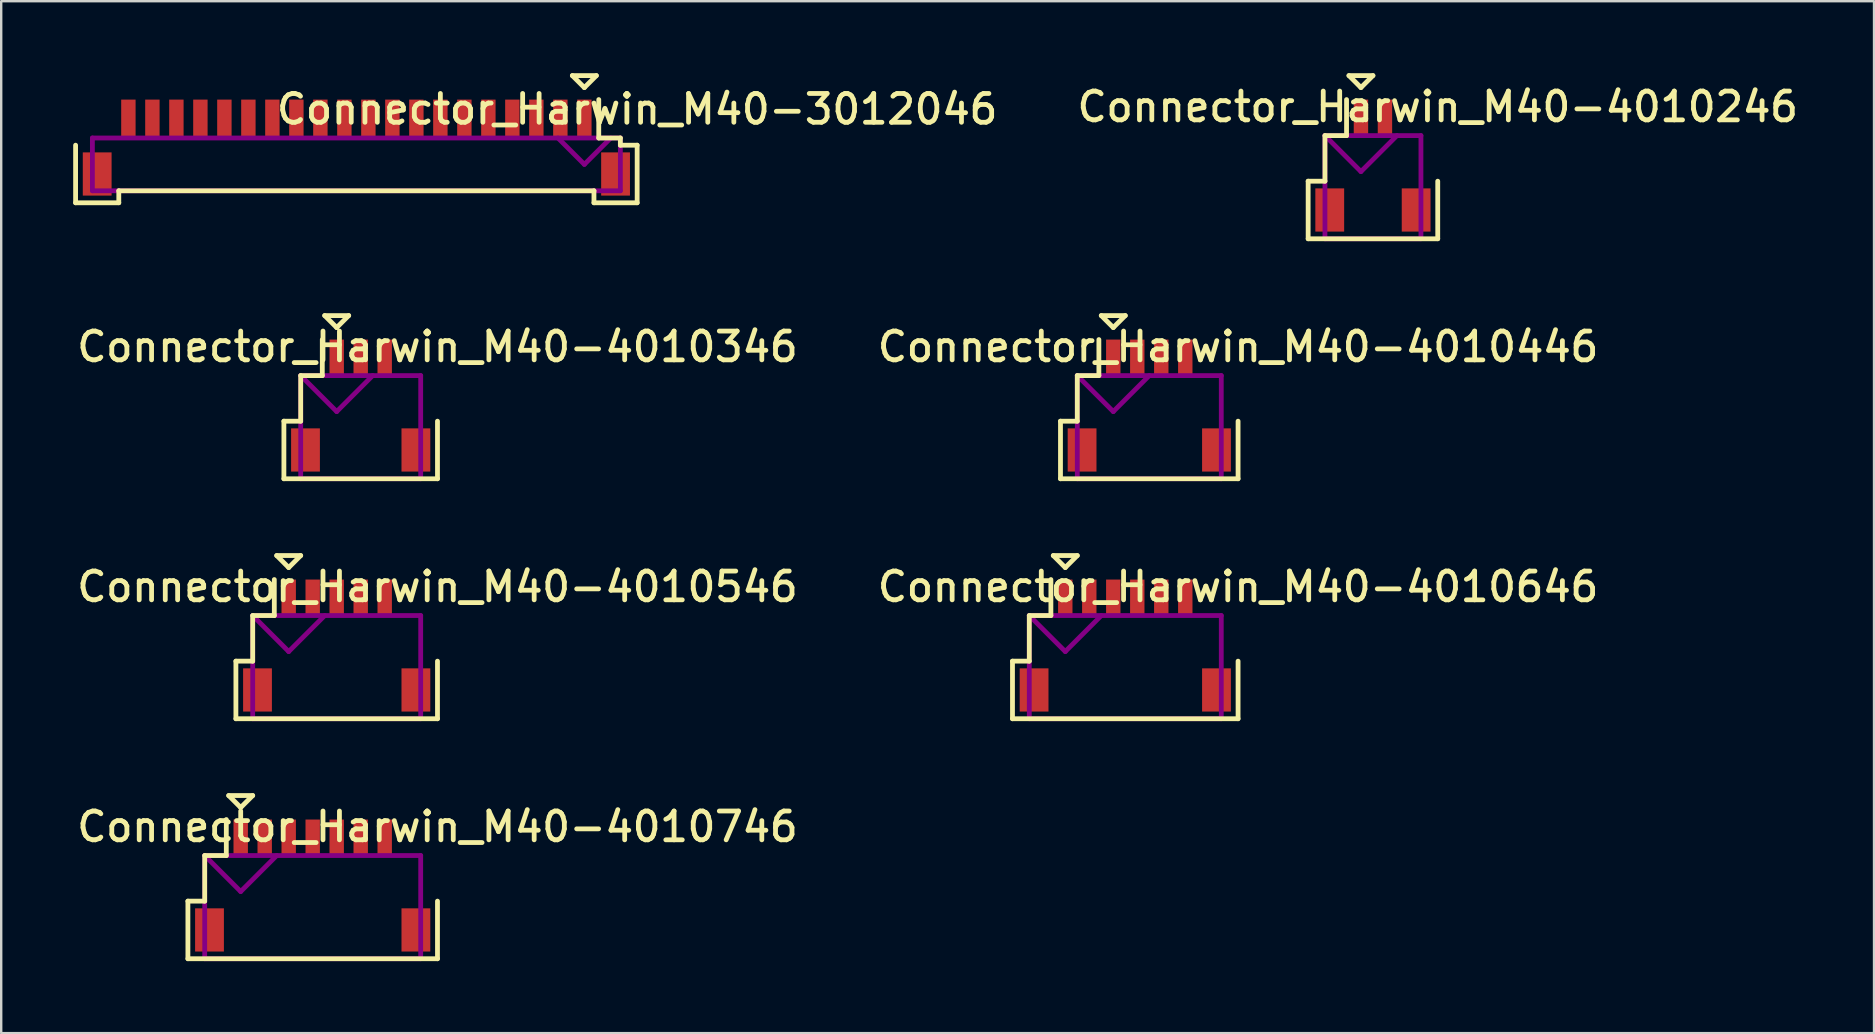
<source format=kicad_pcb>
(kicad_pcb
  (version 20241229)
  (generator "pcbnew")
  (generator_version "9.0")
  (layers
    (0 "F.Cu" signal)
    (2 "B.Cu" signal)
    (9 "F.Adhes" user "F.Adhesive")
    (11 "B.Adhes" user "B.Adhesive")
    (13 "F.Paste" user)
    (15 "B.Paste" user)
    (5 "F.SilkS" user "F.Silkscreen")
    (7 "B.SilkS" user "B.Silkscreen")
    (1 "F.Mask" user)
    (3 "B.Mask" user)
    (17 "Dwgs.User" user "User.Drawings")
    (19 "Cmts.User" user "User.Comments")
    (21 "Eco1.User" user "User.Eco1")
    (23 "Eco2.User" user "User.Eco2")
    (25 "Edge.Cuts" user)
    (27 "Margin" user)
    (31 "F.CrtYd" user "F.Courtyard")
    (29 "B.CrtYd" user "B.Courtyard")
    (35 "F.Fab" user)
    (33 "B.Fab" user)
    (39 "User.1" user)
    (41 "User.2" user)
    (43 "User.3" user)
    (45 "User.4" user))
  (footprint "Connector_Harwin_M40-4010346"
    (layer "F.Cu")
    (at 11.98 15.7)
    (property "Reference" "Connector_Harwin_M40-4010346" (at 3.2 -4.3 0) (layer "F.SilkS") (effects (font (size 1.2 1.2) (thickness 0.2))))
    (attr through_hole)
    (fp_line (start -3.2 -1.2) (end -3.2 1.2) (stroke (width 0.2) (type solid)) (layer "F.SilkS"))
    (fp_line (start -3.2 1.2) (end 3.2 1.2) (stroke (width 0.2) (type solid)) (layer "F.SilkS"))
    (fp_line (start -2.5 -3.1) (end -2.5 -1.2) (stroke (width 0.2) (type solid)) (layer "F.SilkS"))
    (fp_line (start -2.5 -1.2) (end -3.2 -1.2) (stroke (width 0.2) (type solid)) (layer "F.SilkS"))
    (fp_line (start -1.6 -4.6) (end -1.6 -3.1) (stroke (width 0.2) (type solid)) (layer "F.SilkS"))
    (fp_line (start -1.6 -3.1) (end -2.5 -3.1) (stroke (width 0.2) (type solid)) (layer "F.SilkS"))
    (fp_line (start -1.5 -5.6) (end -0.5 -5.6) (stroke (width 0.2) (type solid)) (layer "F.SilkS"))
    (fp_line (start -1 -5.1) (end -1.5 -5.6) (stroke (width 0.2) (type solid)) (layer "F.SilkS"))
    (fp_line (start -0.5 -5.6) (end -1 -5.1) (stroke (width 0.2) (type solid)) (layer "F.SilkS"))
    (fp_line (start 3.2 1.2) (end 3.2 -1.2) (stroke (width 0.2) (type solid)) (layer "F.SilkS"))
    (fp_line (start -2.5 -3.1) (end -2.5 1.2) (stroke (width 0.2) (type solid)) (layer "F.Adhes"))
    (fp_line (start -2.5 -3.1) (end -1 -1.6) (stroke (width 0.2) (type solid)) (layer "F.Adhes"))
    (fp_line (start -2.5 1.2) (end 2.5 1.2) (stroke (width 0.2) (type solid)) (layer "F.Adhes"))
    (fp_line (start -1 -1.6) (end 0.5 -3.1) (stroke (width 0.2) (type solid)) (layer "F.Adhes"))
    (fp_line (start 2.5 -3.1) (end -2.5 -3.1) (stroke (width 0.2) (type solid)) (layer "F.Adhes"))
    (fp_line (start 2.5 1.2) (end 2.5 -3.1) (stroke (width 0.2) (type solid)) (layer "F.Adhes"))
    (pad "" smd rect (at -2.3 0) (size 1.2 1.8) (layers "F.Cu" "F.Mask" "F.Paste"))
    (pad "" smd rect (at 2.3 0) (size 1.2 1.8) (layers "F.Cu" "F.Mask" "F.Paste"))
    (pad "1" smd rect (at -1 -3.85) (size 0.6 1.5) (layers "F.Cu" "F.Mask" "F.Paste"))
    (pad "2" smd rect (at 0 -3.85) (size 0.6 1.5) (layers "F.Cu" "F.Mask" "F.Paste"))
    (pad "3" smd rect (at 1 -3.85) (size 0.6 1.5) (layers "F.Cu" "F.Mask" "F.Paste")))
  (footprint "Connector_Harwin_M40-4010746"
    (layer "F.Cu")
    (at 9.98 35.7)
    (property "Reference" "Connector_Harwin_M40-4010746" (at 5.2 -4.3 0) (layer "F.SilkS") (effects (font (size 1.2 1.2) (thickness 0.2))))
    (attr through_hole)
    (fp_line (start -5.2 -1.2) (end -5.2 1.2) (stroke (width 0.2) (type solid)) (layer "F.SilkS"))
    (fp_line (start -5.2 1.2) (end 5.2 1.2) (stroke (width 0.2) (type solid)) (layer "F.SilkS"))
    (fp_line (start -4.5 -3.1) (end -4.5 -1.2) (stroke (width 0.2) (type solid)) (layer "F.SilkS"))
    (fp_line (start -4.5 -1.2) (end -5.2 -1.2) (stroke (width 0.2) (type solid)) (layer "F.SilkS"))
    (fp_line (start -3.6 -4.6) (end -3.6 -3.1) (stroke (width 0.2) (type solid)) (layer "F.SilkS"))
    (fp_line (start -3.6 -3.1) (end -4.5 -3.1) (stroke (width 0.2) (type solid)) (layer "F.SilkS"))
    (fp_line (start -3.5 -5.6) (end -2.5 -5.6) (stroke (width 0.2) (type solid)) (layer "F.SilkS"))
    (fp_line (start -3 -5.1) (end -3.5 -5.6) (stroke (width 0.2) (type solid)) (layer "F.SilkS"))
    (fp_line (start -2.5 -5.6) (end -3 -5.1) (stroke (width 0.2) (type solid)) (layer "F.SilkS"))
    (fp_line (start 5.2 1.2) (end 5.2 -1.2) (stroke (width 0.2) (type solid)) (layer "F.SilkS"))
    (fp_line (start -4.5 -3.1) (end -4.5 1.2) (stroke (width 0.2) (type solid)) (layer "F.Adhes"))
    (fp_line (start -4.5 -3.1) (end -3 -1.6) (stroke (width 0.2) (type solid)) (layer "F.Adhes"))
    (fp_line (start -4.5 1.2) (end 4.5 1.2) (stroke (width 0.2) (type solid)) (layer "F.Adhes"))
    (fp_line (start -3 -1.6) (end -1.5 -3.1) (stroke (width 0.2) (type solid)) (layer "F.Adhes"))
    (fp_line (start 4.5 -3.1) (end -4.5 -3.1) (stroke (width 0.2) (type solid)) (layer "F.Adhes"))
    (fp_line (start 4.5 1.2) (end 4.5 -3.1) (stroke (width 0.2) (type solid)) (layer "F.Adhes"))
    (pad "" smd rect (at -4.3 0) (size 1.2 1.8) (layers "F.Cu" "F.Mask" "F.Paste"))
    (pad "" smd rect (at 4.3 0) (size 1.2 1.8) (layers "F.Cu" "F.Mask" "F.Paste"))
    (pad "1" smd rect (at -3 -3.85) (size 0.6 1.5) (layers "F.Cu" "F.Mask" "F.Paste"))
    (pad "2" smd rect (at -2 -3.85) (size 0.6 1.5) (layers "F.Cu" "F.Mask" "F.Paste"))
    (pad "3" smd rect (at -1 -3.85) (size 0.6 1.5) (layers "F.Cu" "F.Mask" "F.Paste"))
    (pad "4" smd rect (at 0 -3.85) (size 0.6 1.5) (layers "F.Cu" "F.Mask" "F.Paste"))
    (pad "5" smd rect (at 1 -3.85) (size 0.6 1.5) (layers "F.Cu" "F.Mask" "F.Paste"))
    (pad "6" smd rect (at 2 -3.85) (size 0.6 1.5) (layers "F.Cu" "F.Mask" "F.Paste"))
    (pad "7" smd rect (at 3 -3.85) (size 0.6 1.5) (layers "F.Cu" "F.Mask" "F.Paste")))
  (footprint "Connector_Harwin_M40-3012046"
    (layer "F.Cu")
    (at 11.8 4.2)
    (property "Reference" "Connector_Harwin_M40-3012046" (at 11.7 -2.7 0) (layer "F.SilkS") (effects (font (size 1.2 1.2) (thickness 0.2))))
    (attr through_hole)
    (fp_line (start -11.7 1.2) (end -11.7 -1.2) (stroke (width 0.2) (type solid)) (layer "F.SilkS"))
    (fp_line (start -9.9 0.7) (end -9.9 1.2) (stroke (width 0.2) (type solid)) (layer "F.SilkS"))
    (fp_line (start -9.9 1.2) (end -11.7 1.2) (stroke (width 0.2) (type solid)) (layer "F.SilkS"))
    (fp_line (start 9 -4.1) (end 9.5 -3.6) (stroke (width 0.2) (type solid)) (layer "F.SilkS"))
    (fp_line (start 9.5 -3.6) (end 10 -4.1) (stroke (width 0.2) (type solid)) (layer "F.SilkS"))
    (fp_line (start 9.9 0.7) (end -9.9 0.7) (stroke (width 0.2) (type solid)) (layer "F.SilkS"))
    (fp_line (start 9.9 1.2) (end 9.9 0.7) (stroke (width 0.2) (type solid)) (layer "F.SilkS"))
    (fp_line (start 10 -4.1) (end 9 -4.1) (stroke (width 0.2) (type solid)) (layer "F.SilkS"))
    (fp_line (start 10.1 -3.1) (end 10.1 -1.5) (stroke (width 0.2) (type solid)) (layer "F.SilkS"))
    (fp_line (start 10.1 -1.5) (end 11 -1.5) (stroke (width 0.2) (type solid)) (layer "F.SilkS"))
    (fp_line (start 11 -1.5) (end 11 -1.2) (stroke (width 0.2) (type solid)) (layer "F.SilkS"))
    (fp_line (start 11 -1.2) (end 11.7 -1.2) (stroke (width 0.2) (type solid)) (layer "F.SilkS"))
    (fp_line (start 11.7 -1.2) (end 11.7 1.2) (stroke (width 0.2) (type solid)) (layer "F.SilkS"))
    (fp_line (start 11.7 1.2) (end 9.9 1.2) (stroke (width 0.2) (type solid)) (layer "F.SilkS"))
    (fp_line (start -11 -1.5) (end 11 -1.5) (stroke (width 0.2) (type solid)) (layer "F.Adhes"))
    (fp_line (start -11 0.7) (end -11 -1.5) (stroke (width 0.2) (type solid)) (layer "F.Adhes"))
    (fp_line (start 9.5 -0.4) (end 8.4 -1.5) (stroke (width 0.2) (type solid)) (layer "F.Adhes"))
    (fp_line (start 10.6 -1.5) (end 9.5 -0.4) (stroke (width 0.2) (type solid)) (layer "F.Adhes"))
    (fp_line (start 11 -1.5) (end 11 0.7) (stroke (width 0.2) (type solid)) (layer "F.Adhes"))
    (fp_line (start 11 0.7) (end -11 0.7) (stroke (width 0.2) (type solid)) (layer "F.Adhes"))
    (pad "" smd rect (at -10.8 0) (size 1.2 1.8) (layers "F.Cu" "F.Mask" "F.Paste"))
    (pad "" smd rect (at 10.8 0) (size 1.2 1.8) (layers "F.Cu" "F.Mask" "F.Paste"))
    (pad "1" smd rect (at 9.5 -2.3) (size 0.6 1.6) (layers "F.Cu" "F.Mask" "F.Paste"))
    (pad "2" smd rect (at 8.5 -2.3) (size 0.6 1.6) (layers "F.Cu" "F.Mask" "F.Paste"))
    (pad "3" smd rect (at 7.5 -2.3) (size 0.6 1.6) (layers "F.Cu" "F.Mask" "F.Paste"))
    (pad "4" smd rect (at 6.5 -2.3) (size 0.6 1.6) (layers "F.Cu" "F.Mask" "F.Paste"))
    (pad "5" smd rect (at 5.5 -2.3) (size 0.6 1.6) (layers "F.Cu" "F.Mask" "F.Paste"))
    (pad "6" smd rect (at 4.5 -2.3) (size 0.6 1.6) (layers "F.Cu" "F.Mask" "F.Paste"))
    (pad "7" smd rect (at 3.5 -2.3) (size 0.6 1.6) (layers "F.Cu" "F.Mask" "F.Paste"))
    (pad "8" smd rect (at 2.5 -2.3) (size 0.6 1.6) (layers "F.Cu" "F.Mask" "F.Paste"))
    (pad "9" smd rect (at 1.5 -2.3) (size 0.6 1.6) (layers "F.Cu" "F.Mask" "F.Paste"))
    (pad "10" smd rect (at 0.5 -2.3) (size 0.6 1.6) (layers "F.Cu" "F.Mask" "F.Paste"))
    (pad "11" smd rect (at -0.5 -2.3) (size 0.6 1.6) (layers "F.Cu" "F.Mask" "F.Paste"))
    (pad "12" smd rect (at -1.5 -2.3) (size 0.6 1.6) (layers "F.Cu" "F.Mask" "F.Paste"))
    (pad "13" smd rect (at -2.5 -2.3) (size 0.6 1.6) (layers "F.Cu" "F.Mask" "F.Paste"))
    (pad "14" smd rect (at -3.5 -2.3) (size 0.6 1.6) (layers "F.Cu" "F.Mask" "F.Paste"))
    (pad "15" smd rect (at -4.5 -2.3) (size 0.6 1.6) (layers "F.Cu" "F.Mask" "F.Paste"))
    (pad "16" smd rect (at -5.5 -2.3) (size 0.6 1.6) (layers "F.Cu" "F.Mask" "F.Paste"))
    (pad "17" smd rect (at -6.5 -2.3) (size 0.6 1.6) (layers "F.Cu" "F.Mask" "F.Paste"))
    (pad "18" smd rect (at -7.5 -2.3) (size 0.6 1.6) (layers "F.Cu" "F.Mask" "F.Paste"))
    (pad "19" smd rect (at -8.5 -2.3) (size 0.6 1.6) (layers "F.Cu" "F.Mask" "F.Paste"))
    (pad "20" smd rect (at -9.5 -2.3) (size 0.6 1.6) (layers "F.Cu" "F.Mask" "F.Paste")))
  (footprint "Connector_Harwin_M40-4010546"
    (layer "F.Cu")
    (at 10.98 25.7)
    (property "Reference" "Connector_Harwin_M40-4010546" (at 4.2 -4.3 0) (layer "F.SilkS") (effects (font (size 1.2 1.2) (thickness 0.2))))
    (attr through_hole)
    (fp_line (start -4.2 -1.2) (end -4.2 1.2) (stroke (width 0.2) (type solid)) (layer "F.SilkS"))
    (fp_line (start -4.2 1.2) (end 4.2 1.2) (stroke (width 0.2) (type solid)) (layer "F.SilkS"))
    (fp_line (start -3.5 -3.1) (end -3.5 -1.2) (stroke (width 0.2) (type solid)) (layer "F.SilkS"))
    (fp_line (start -3.5 -1.2) (end -4.2 -1.2) (stroke (width 0.2) (type solid)) (layer "F.SilkS"))
    (fp_line (start -2.6 -4.6) (end -2.6 -3.1) (stroke (width 0.2) (type solid)) (layer "F.SilkS"))
    (fp_line (start -2.6 -3.1) (end -3.5 -3.1) (stroke (width 0.2) (type solid)) (layer "F.SilkS"))
    (fp_line (start -2.5 -5.6) (end -1.5 -5.6) (stroke (width 0.2) (type solid)) (layer "F.SilkS"))
    (fp_line (start -2 -5.1) (end -2.5 -5.6) (stroke (width 0.2) (type solid)) (layer "F.SilkS"))
    (fp_line (start -1.5 -5.6) (end -2 -5.1) (stroke (width 0.2) (type solid)) (layer "F.SilkS"))
    (fp_line (start 4.2 1.2) (end 4.2 -1.2) (stroke (width 0.2) (type solid)) (layer "F.SilkS"))
    (fp_line (start -3.5 -3.1) (end -3.5 1.2) (stroke (width 0.2) (type solid)) (layer "F.Adhes"))
    (fp_line (start -3.5 -3.1) (end -2 -1.6) (stroke (width 0.2) (type solid)) (layer "F.Adhes"))
    (fp_line (start -3.5 1.2) (end 3.5 1.2) (stroke (width 0.2) (type solid)) (layer "F.Adhes"))
    (fp_line (start -2 -1.6) (end -0.5 -3.1) (stroke (width 0.2) (type solid)) (layer "F.Adhes"))
    (fp_line (start 3.5 -3.1) (end -3.5 -3.1) (stroke (width 0.2) (type solid)) (layer "F.Adhes"))
    (fp_line (start 3.5 1.2) (end 3.5 -3.1) (stroke (width 0.2) (type solid)) (layer "F.Adhes"))
    (pad "" smd rect (at -3.3 0) (size 1.2 1.8) (layers "F.Cu" "F.Mask" "F.Paste"))
    (pad "" smd rect (at 3.3 0) (size 1.2 1.8) (layers "F.Cu" "F.Mask" "F.Paste"))
    (pad "1" smd rect (at -2 -3.85) (size 0.6 1.5) (layers "F.Cu" "F.Mask" "F.Paste"))
    (pad "2" smd rect (at -1 -3.85) (size 0.6 1.5) (layers "F.Cu" "F.Mask" "F.Paste"))
    (pad "3" smd rect (at 0 -3.85) (size 0.6 1.5) (layers "F.Cu" "F.Mask" "F.Paste"))
    (pad "4" smd rect (at 1 -3.85) (size 0.6 1.5) (layers "F.Cu" "F.Mask" "F.Paste"))
    (pad "5" smd rect (at 2 -3.85) (size 0.6 1.5) (layers "F.Cu" "F.Mask" "F.Paste")))
  (footprint "Connector_Harwin_M40-4010446"
    (layer "F.Cu")
    (at 44.84 15.7)
    (property "Reference" "Connector_Harwin_M40-4010446" (at 3.7 -4.3 0) (layer "F.SilkS") (effects (font (size 1.2 1.2) (thickness 0.2))))
    (attr through_hole)
    (fp_line (start -3.7 -1.2) (end -3.7 1.2) (stroke (width 0.2) (type solid)) (layer "F.SilkS"))
    (fp_line (start -3.7 1.2) (end 3.7 1.2) (stroke (width 0.2) (type solid)) (layer "F.SilkS"))
    (fp_line (start -3 -3.1) (end -3 -1.2) (stroke (width 0.2) (type solid)) (layer "F.SilkS"))
    (fp_line (start -3 -1.2) (end -3.7 -1.2) (stroke (width 0.2) (type solid)) (layer "F.SilkS"))
    (fp_line (start -2.1 -4.6) (end -2.1 -3.1) (stroke (width 0.2) (type solid)) (layer "F.SilkS"))
    (fp_line (start -2.1 -3.1) (end -3 -3.1) (stroke (width 0.2) (type solid)) (layer "F.SilkS"))
    (fp_line (start -2 -5.6) (end -1 -5.6) (stroke (width 0.2) (type solid)) (layer "F.SilkS"))
    (fp_line (start -1.5 -5.1) (end -2 -5.6) (stroke (width 0.2) (type solid)) (layer "F.SilkS"))
    (fp_line (start -1 -5.6) (end -1.5 -5.1) (stroke (width 0.2) (type solid)) (layer "F.SilkS"))
    (fp_line (start 3.7 1.2) (end 3.7 -1.2) (stroke (width 0.2) (type solid)) (layer "F.SilkS"))
    (fp_line (start -3 -3.1) (end -3 1.2) (stroke (width 0.2) (type solid)) (layer "F.Adhes"))
    (fp_line (start -3 -3.1) (end -1.5 -1.6) (stroke (width 0.2) (type solid)) (layer "F.Adhes"))
    (fp_line (start -3 1.2) (end 3 1.2) (stroke (width 0.2) (type solid)) (layer "F.Adhes"))
    (fp_line (start -1.5 -1.6) (end 0 -3.1) (stroke (width 0.2) (type solid)) (layer "F.Adhes"))
    (fp_line (start 3 -3.1) (end -3 -3.1) (stroke (width 0.2) (type solid)) (layer "F.Adhes"))
    (fp_line (start 3 1.2) (end 3 -3.1) (stroke (width 0.2) (type solid)) (layer "F.Adhes"))
    (pad "" smd rect (at -2.8 0) (size 1.2 1.8) (layers "F.Cu" "F.Mask" "F.Paste"))
    (pad "" smd rect (at 2.8 0) (size 1.2 1.8) (layers "F.Cu" "F.Mask" "F.Paste"))
    (pad "1" smd rect (at -1.5 -3.85) (size 0.6 1.5) (layers "F.Cu" "F.Mask" "F.Paste"))
    (pad "2" smd rect (at -0.5 -3.85) (size 0.6 1.5) (layers "F.Cu" "F.Mask" "F.Paste"))
    (pad "3" smd rect (at 0.5 -3.85) (size 0.6 1.5) (layers "F.Cu" "F.Mask" "F.Paste"))
    (pad "4" smd rect (at 1.5 -3.85) (size 0.6 1.5) (layers "F.Cu" "F.Mask" "F.Paste")))
  (footprint "Connector_Harwin_M40-4010246"
    (layer "F.Cu")
    (at 54.16 5.7)
    (property "Reference" "Connector_Harwin_M40-4010246" (at 2.7 -4.3 0) (layer "F.SilkS") (effects (font (size 1.2 1.2) (thickness 0.2))))
    (attr through_hole)
    (fp_line (start -2.7 -1.2) (end -2.7 1.2) (stroke (width 0.2) (type solid)) (layer "F.SilkS"))
    (fp_line (start -2.7 1.2) (end 2.7 1.2) (stroke (width 0.2) (type solid)) (layer "F.SilkS"))
    (fp_line (start -2 -3.1) (end -2 -1.2) (stroke (width 0.2) (type solid)) (layer "F.SilkS"))
    (fp_line (start -2 -1.2) (end -2.7 -1.2) (stroke (width 0.2) (type solid)) (layer "F.SilkS"))
    (fp_line (start -1.1 -4.6) (end -1.1 -3.1) (stroke (width 0.2) (type solid)) (layer "F.SilkS"))
    (fp_line (start -1.1 -3.1) (end -2 -3.1) (stroke (width 0.2) (type solid)) (layer "F.SilkS"))
    (fp_line (start -1 -5.6) (end 0 -5.6) (stroke (width 0.2) (type solid)) (layer "F.SilkS"))
    (fp_line (start -0.5 -5.1) (end -1 -5.6) (stroke (width 0.2) (type solid)) (layer "F.SilkS"))
    (fp_line (start 0 -5.6) (end -0.5 -5.1) (stroke (width 0.2) (type solid)) (layer "F.SilkS"))
    (fp_line (start 2.7 1.2) (end 2.7 -1.2) (stroke (width 0.2) (type solid)) (layer "F.SilkS"))
    (fp_line (start -2 -3.1) (end -2 1.2) (stroke (width 0.2) (type solid)) (layer "F.Adhes"))
    (fp_line (start -2 -3.1) (end -0.5 -1.6) (stroke (width 0.2) (type solid)) (layer "F.Adhes"))
    (fp_line (start -2 1.2) (end 2 1.2) (stroke (width 0.2) (type solid)) (layer "F.Adhes"))
    (fp_line (start -0.5 -1.6) (end 1 -3.1) (stroke (width 0.2) (type solid)) (layer "F.Adhes"))
    (fp_line (start 2 -3.1) (end -2 -3.1) (stroke (width 0.2) (type solid)) (layer "F.Adhes"))
    (fp_line (start 2 1.2) (end 2 -3.1) (stroke (width 0.2) (type solid)) (layer "F.Adhes"))
    (pad "" smd rect (at -1.8 0) (size 1.2 1.8) (layers "F.Cu" "F.Mask" "F.Paste"))
    (pad "" smd rect (at 1.8 0) (size 1.2 1.8) (layers "F.Cu" "F.Mask" "F.Paste"))
    (pad "1" smd rect (at -0.5 -3.85) (size 0.6 1.5) (layers "F.Cu" "F.Mask" "F.Paste"))
    (pad "2" smd rect (at 0.5 -3.85) (size 0.6 1.5) (layers "F.Cu" "F.Mask" "F.Paste")))
  (footprint "Connector_Harwin_M40-4010646"
    (layer "F.Cu")
    (at 43.84 25.7)
    (property "Reference" "Connector_Harwin_M40-4010646" (at 4.7 -4.3 0) (layer "F.SilkS") (effects (font (size 1.2 1.2) (thickness 0.2))))
    (attr through_hole)
    (fp_line (start -4.7 -1.2) (end -4.7 1.2) (stroke (width 0.2) (type solid)) (layer "F.SilkS"))
    (fp_line (start -4.7 1.2) (end 4.7 1.2) (stroke (width 0.2) (type solid)) (layer "F.SilkS"))
    (fp_line (start -4 -3.1) (end -4 -1.2) (stroke (width 0.2) (type solid)) (layer "F.SilkS"))
    (fp_line (start -4 -1.2) (end -4.7 -1.2) (stroke (width 0.2) (type solid)) (layer "F.SilkS"))
    (fp_line (start -3.1 -4.6) (end -3.1 -3.1) (stroke (width 0.2) (type solid)) (layer "F.SilkS"))
    (fp_line (start -3.1 -3.1) (end -4 -3.1) (stroke (width 0.2) (type solid)) (layer "F.SilkS"))
    (fp_line (start -3 -5.6) (end -2 -5.6) (stroke (width 0.2) (type solid)) (layer "F.SilkS"))
    (fp_line (start -2.5 -5.1) (end -3 -5.6) (stroke (width 0.2) (type solid)) (layer "F.SilkS"))
    (fp_line (start -2 -5.6) (end -2.5 -5.1) (stroke (width 0.2) (type solid)) (layer "F.SilkS"))
    (fp_line (start 4.7 1.2) (end 4.7 -1.2) (stroke (width 0.2) (type solid)) (layer "F.SilkS"))
    (fp_line (start -4 -3.1) (end -4 1.2) (stroke (width 0.2) (type solid)) (layer "F.Adhes"))
    (fp_line (start -4 -3.1) (end -2.5 -1.6) (stroke (width 0.2) (type solid)) (layer "F.Adhes"))
    (fp_line (start -4 1.2) (end 4 1.2) (stroke (width 0.2) (type solid)) (layer "F.Adhes"))
    (fp_line (start -2.5 -1.6) (end -1 -3.1) (stroke (width 0.2) (type solid)) (layer "F.Adhes"))
    (fp_line (start 4 -3.1) (end -4 -3.1) (stroke (width 0.2) (type solid)) (layer "F.Adhes"))
    (fp_line (start 4 1.2) (end 4 -3.1) (stroke (width 0.2) (type solid)) (layer "F.Adhes"))
    (pad "" smd rect (at -3.8 0) (size 1.2 1.8) (layers "F.Cu" "F.Mask" "F.Paste"))
    (pad "" smd rect (at 3.8 0) (size 1.2 1.8) (layers "F.Cu" "F.Mask" "F.Paste"))
    (pad "1" smd rect (at -2.5 -3.85) (size 0.6 1.5) (layers "F.Cu" "F.Mask" "F.Paste"))
    (pad "2" smd rect (at -1.5 -3.85) (size 0.6 1.5) (layers "F.Cu" "F.Mask" "F.Paste"))
    (pad "3" smd rect (at -0.5 -3.85) (size 0.6 1.5) (layers "F.Cu" "F.Mask" "F.Paste"))
    (pad "4" smd rect (at 0.5 -3.85) (size 0.6 1.5) (layers "F.Cu" "F.Mask" "F.Paste"))
    (pad "5" smd rect (at 1.5 -3.85) (size 0.6 1.5) (layers "F.Cu" "F.Mask" "F.Paste"))
    (pad "6" smd rect (at 2.5 -3.85) (size 0.6 1.5) (layers "F.Cu" "F.Mask" "F.Paste")))
  (gr_rect
    (start -3 -3)
    (end 75.04 40)
    (stroke (width 0.1) (type default))
    (fill no)
    (layer "Edge.Cuts")))
</source>
